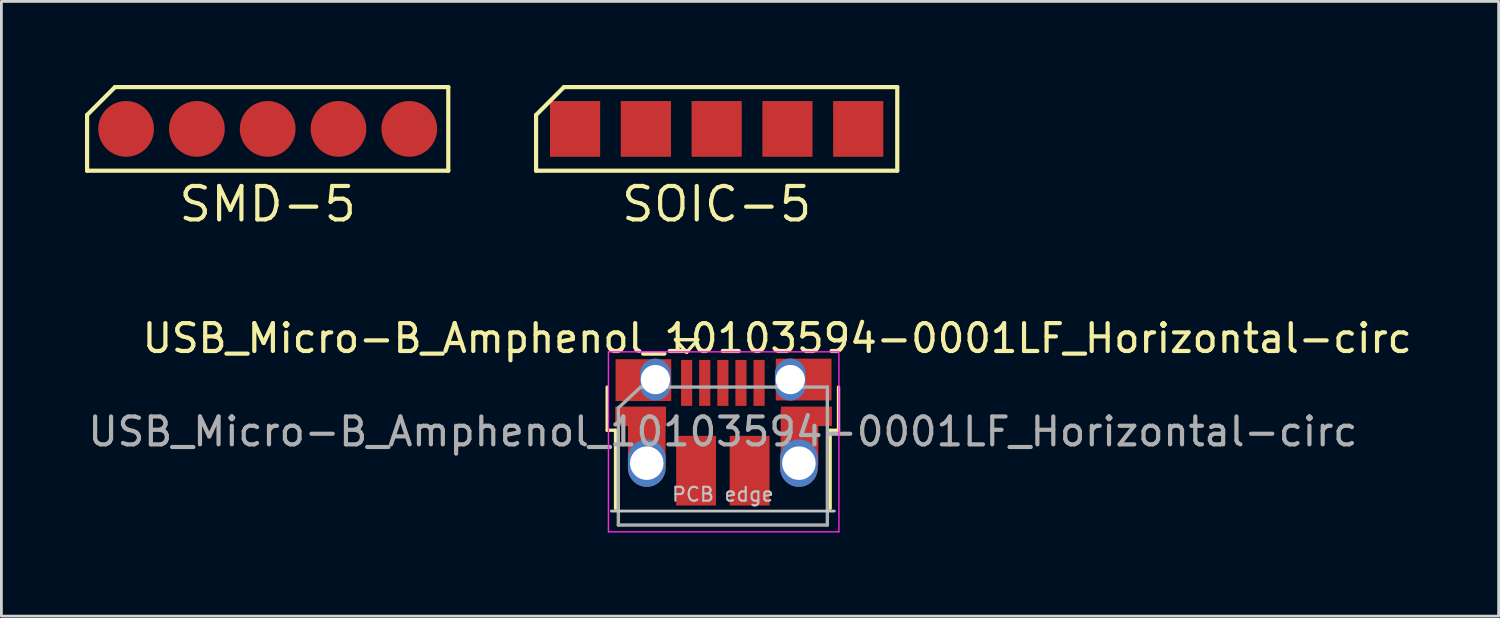
<source format=kicad_pcb>
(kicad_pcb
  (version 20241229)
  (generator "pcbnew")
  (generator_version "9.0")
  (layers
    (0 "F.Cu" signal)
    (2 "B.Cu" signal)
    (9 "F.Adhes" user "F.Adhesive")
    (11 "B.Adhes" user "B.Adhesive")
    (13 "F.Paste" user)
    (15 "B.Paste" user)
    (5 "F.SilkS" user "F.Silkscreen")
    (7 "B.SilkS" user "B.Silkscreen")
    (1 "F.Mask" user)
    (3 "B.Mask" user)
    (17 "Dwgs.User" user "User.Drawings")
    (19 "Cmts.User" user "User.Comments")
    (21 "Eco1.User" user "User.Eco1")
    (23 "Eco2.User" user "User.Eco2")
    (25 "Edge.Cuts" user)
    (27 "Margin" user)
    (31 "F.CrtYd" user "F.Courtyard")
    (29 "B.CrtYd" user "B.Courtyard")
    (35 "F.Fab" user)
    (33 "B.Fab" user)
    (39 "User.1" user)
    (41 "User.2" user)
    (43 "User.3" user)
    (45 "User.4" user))
  (footprint "SMD-5"
    (layer "F.Cu")
    (at 6.555 1.575)
    (property "Reference" "SMD-5" (at 0 2.7 0) (layer "F.SilkS") (effects (font (size 1.2 1.2) (thickness 0.15))))
    (attr through_hole)
    (fp_line (start -6.48 -0.5) (end -6.48 1.5) (stroke (width 0.15) (type solid)) (layer "F.SilkS"))
    (fp_line (start -6.48 1.5) (end 6.48 1.5) (stroke (width 0.15) (type solid)) (layer "F.SilkS"))
    (fp_line (start -5.48 -1.5) (end -6.48 -0.5) (stroke (width 0.15) (type solid)) (layer "F.SilkS"))
    (fp_line (start 6.48 -1.5) (end -5.48 -1.5) (stroke (width 0.15) (type solid)) (layer "F.SilkS"))
    (fp_line (start 6.48 1.5) (end 6.48 -1.5) (stroke (width 0.15) (type solid)) (layer "F.SilkS"))
    (pad "1" smd circle (at -5.08 0) (size 2 2) (layers "F.Cu" "F.Mask" "F.Paste"))
    (pad "2" smd circle (at -2.54 0) (size 2 2) (layers "F.Cu" "F.Mask" "F.Paste"))
    (pad "3" smd circle (at 0 0) (size 2 2) (layers "F.Cu" "F.Mask" "F.Paste"))
    (pad "4" smd circle (at 2.54 0) (size 2 2) (layers "F.Cu" "F.Mask" "F.Paste"))
    (pad "5" smd circle (at 5.08 0) (size 2 2) (layers "F.Cu" "F.Mask" "F.Paste")))
  (footprint "USB_Micro-B_Amphenol_10103594-0001LF_Horizontal-circ"
    (layer "F.Cu")
    (at 22.912 12.454)
    (property "Reference" "USB_Micro-B_Amphenol_10103594-0001LF_Horizontal-circ" (at 1.925 -3.365 0) (layer "F.SilkS") (effects (font (size 1 1) (thickness 0.15))))
    (attr smd)
    (fp_line (start -4.175 -0.065) (end -4.175 -1.615) (stroke (width 0.12) (type solid)) (layer "F.SilkS"))
    (fp_line (start -4.175 -0.065) (end -3.875 -0.065) (stroke (width 0.12) (type solid)) (layer "F.SilkS"))
    (fp_line (start -3.875 2.735) (end -3.875 -0.065) (stroke (width 0.12) (type solid)) (layer "F.SilkS"))
    (fp_line (start -1.725 -3.315) (end -0.925 -3.315) (stroke (width 0.12) (type solid)) (layer "F.SilkS"))
    (fp_line (start -1.325 -2.865) (end -1.725 -3.315) (stroke (width 0.12) (type solid)) (layer "F.SilkS"))
    (fp_line (start -0.925 -3.315) (end -1.325 -2.865) (stroke (width 0.12) (type solid)) (layer "F.SilkS"))
    (fp_line (start 3.825 -0.065) (end 4.125 -0.065) (stroke (width 0.12) (type solid)) (layer "F.SilkS"))
    (fp_line (start 3.825 2.735) (end 3.825 -0.065) (stroke (width 0.12) (type solid)) (layer "F.SilkS"))
    (fp_line (start 4.125 -0.065) (end 4.125 -1.615) (stroke (width 0.12) (type solid)) (layer "F.SilkS"))
    (fp_line (start -4.025 2.835) (end 3.975 2.835) (stroke (width 0.1) (type solid)) (layer "Dwgs.User"))
    (fp_line (start -4.13 -2.88) (end -4.13 3.58) (stroke (width 0.05) (type solid)) (layer "F.CrtYd"))
    (fp_line (start -4.13 -2.88) (end 4.14 -2.88) (stroke (width 0.05) (type solid)) (layer "F.CrtYd"))
    (fp_line (start 4.14 3.58) (end -4.13 3.58) (stroke (width 0.05) (type solid)) (layer "F.CrtYd"))
    (fp_line (start 4.14 3.58) (end 4.14 -2.88) (stroke (width 0.05) (type solid)) (layer "F.CrtYd"))
    (fp_line (start -3.775 -0.865) (end -2.975 -1.615) (stroke (width 0.12) (type solid)) (layer "F.Fab"))
    (fp_line (start -3.775 3.335) (end -3.775 -0.865) (stroke (width 0.12) (type solid)) (layer "F.Fab"))
    (fp_line (start -2.975 -1.615) (end 3.725 -1.615) (stroke (width 0.12) (type solid)) (layer "F.Fab"))
    (fp_line (start 3.725 -1.615) (end 3.725 3.335) (stroke (width 0.12) (type solid)) (layer "F.Fab"))
    (fp_line (start 3.725 3.335) (end -3.775 3.335) (stroke (width 0.12) (type solid)) (layer "F.Fab"))
    (fp_text user "PCB edge" (at -0.025 2.235 0) (layer "Dwgs.User") (effects (font (size 0.5 0.5) (thickness 0.075))))
    (fp_text user "${REFERENCE}" (at -0.025 -0.015 0) (layer "F.Fab") (effects (font (size 1 1) (thickness 0.15))))
    (pad "1" smd rect (at -1.325 -1.765 90) (size 1.65 0.4) (layers "F.Cu" "F.Mask" "F.Paste"))
    (pad "2" smd rect (at -0.675 -1.765 90) (size 1.65 0.4) (layers "F.Cu" "F.Mask" "F.Paste"))
    (pad "3" smd rect (at -0.025 -1.765 90) (size 1.65 0.4) (layers "F.Cu" "F.Mask" "F.Paste"))
    (pad "4" smd rect (at 0.625 -1.765 90) (size 1.65 0.4) (layers "F.Cu" "F.Mask" "F.Paste"))
    (pad "5" smd rect (at 1.275 -1.765 90) (size 1.65 0.4) (layers "F.Cu" "F.Mask" "F.Paste"))
    (pad "6" smd rect (at -2.975 -0.565) (size 1.825 0.7) (layers "F.Cu" "F.Mask" "F.Paste"))
    (pad "6" smd rect (at -2.875 -1.865) (size 2 1.5) (layers "F.Cu" "F.Mask" "F.Paste"))
    (pad "6" smd rect (at -2.755 0.185) (size 1.35 2) (layers "F.Cu" "F.Mask" "F.Paste"))
    (pad "6" thru_hole oval (at -2.755 1.115 90) (size 1.7 1.35) (drill 1.2) (layers "*.Cu" "*.Mask"))
    (pad "6" thru_hole oval (at -2.445 -1.885 90) (size 1.5 1.1) (drill 1.05) (layers "*.Cu" "*.Mask"))
    (pad "6" smd rect (at -0.985 1.385 90) (size 2.5 1.43) (layers "F.Cu" "F.Mask" "F.Paste"))
    (pad "6" smd rect (at 0.935 1.385 90) (size 2.5 1.43) (layers "F.Cu" "F.Mask" "F.Paste"))
    (pad "6" thru_hole oval (at 2.395 -1.885 90) (size 1.5 1.1) (drill 1.05) (layers "*.Cu" "*.Mask"))
    (pad "6" thru_hole oval (at 2.705 1.115 90) (size 1.7 1.35) (drill 1.2) (layers "*.Cu" "*.Mask"))
    (pad "6" smd rect (at 2.725 0.185) (size 1.35 2) (layers "F.Cu" "F.Mask" "F.Paste"))
    (pad "6" smd rect (at 2.875 -1.885) (size 2 1.5) (layers "F.Cu" "F.Mask" "F.Paste"))
    (pad "6" smd rect (at 2.975 -0.565) (size 1.825 0.7) (layers "F.Cu" "F.Mask" "F.Paste")))
  (footprint "SOIC-5"
    (layer "F.Cu")
    (at 22.665 1.575)
    (property "Reference" "SOIC-5" (at 0 2.7 0) (layer "F.SilkS") (effects (font (size 1.2 1.2) (thickness 0.15))))
    (attr through_hole)
    (fp_line (start -6.48 -0.5) (end -6.48 1.5) (stroke (width 0.15) (type solid)) (layer "F.SilkS"))
    (fp_line (start -6.48 1.5) (end 6.48 1.5) (stroke (width 0.15) (type solid)) (layer "F.SilkS"))
    (fp_line (start -5.48 -1.5) (end -6.48 -0.5) (stroke (width 0.15) (type solid)) (layer "F.SilkS"))
    (fp_line (start 6.48 -1.5) (end -5.48 -1.5) (stroke (width 0.15) (type solid)) (layer "F.SilkS"))
    (fp_line (start 6.48 1.5) (end 6.48 -1.5) (stroke (width 0.15) (type solid)) (layer "F.SilkS"))
    (pad "1" smd rect (at -5.08 0) (size 1.8 2) (layers "F.Cu" "F.Mask" "F.Paste"))
    (pad "2" smd rect (at -2.54 0) (size 1.8 2) (layers "F.Cu" "F.Mask" "F.Paste"))
    (pad "3" smd rect (at 0 0) (size 1.8 2) (layers "F.Cu" "F.Mask" "F.Paste"))
    (pad "4" smd rect (at 2.54 0) (size 1.8 2) (layers "F.Cu" "F.Mask" "F.Paste"))
    (pad "5" smd rect (at 5.08 0) (size 1.8 2) (layers "F.Cu" "F.Mask" "F.Paste")))
  (gr_rect
    (start -3 -3)
    (end 50.724 19.058)
    (stroke (width 0.1) (type default))
    (fill no)
    (layer "Edge.Cuts")))
</source>
